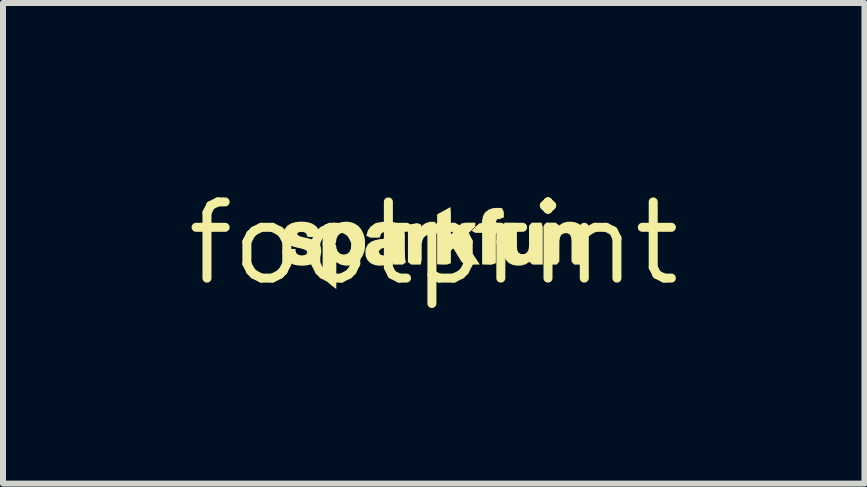
<source format=kicad_pcb>
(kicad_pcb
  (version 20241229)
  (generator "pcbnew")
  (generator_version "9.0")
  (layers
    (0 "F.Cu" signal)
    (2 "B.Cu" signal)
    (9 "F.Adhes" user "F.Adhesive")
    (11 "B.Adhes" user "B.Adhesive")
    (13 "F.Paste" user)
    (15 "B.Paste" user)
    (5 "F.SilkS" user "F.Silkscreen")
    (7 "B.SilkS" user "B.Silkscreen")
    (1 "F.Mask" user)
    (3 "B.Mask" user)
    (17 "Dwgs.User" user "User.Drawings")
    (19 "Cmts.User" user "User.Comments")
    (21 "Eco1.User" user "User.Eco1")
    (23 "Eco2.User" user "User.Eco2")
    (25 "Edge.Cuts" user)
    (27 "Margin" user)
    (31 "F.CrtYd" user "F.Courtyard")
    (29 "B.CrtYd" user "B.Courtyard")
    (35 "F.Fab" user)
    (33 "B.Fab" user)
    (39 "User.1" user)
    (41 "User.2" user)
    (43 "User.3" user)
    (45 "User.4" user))
  (footprint "footprint"
    (layer "F.Cu")
    (at 4.18 1.006)
    (property "Reference" "footprint" (at 0 0 0) (layer "F.SilkS") (effects (font (size 1.27 1.27) (thickness 0.15))))
    (fp_poly (pts (xy 0.028 -0.357) (xy 0.038 -0.274) (xy 0.038 -0.2) (xy 0.005 -0.143) (xy -0.072 -0.144) (xy -0.126 -0.13) (xy -0.167 -0.095) (xy -0.191 -0.044) (xy -0.201 0.015) (xy -0.201 0.277) (xy -0.216 0.355) (xy -0.376 0.355) (xy -0.43 0.314) (xy -0.43 -0.322) (xy -0.403 -0.314) (xy -0.273 -0.337) (xy -0.21 -0.311) (xy -0.21 -0.276) (xy -0.193 -0.296) (xy -0.133 -0.337) (xy -0.063 -0.359)) (stroke (width 0) (type solid)) (fill yes) (layer "F.SilkS"))
    (fp_poly (pts (xy 0.286 -0.505) (xy 0.286 -0.147) (xy 0.462 -0.331) (xy 0.534 -0.344) (xy 0.694 -0.344) (xy 0.694 -0.281) (xy 0.502 -0.094) (xy 0.494 -0.062) (xy 0.769 0.354) (xy 0.517 0.355) (xy 0.463 0.306) (xy 0.331 0.09) (xy 0.314 0.091) (xy 0.286 0.125) (xy 0.286 0.332) (xy 0.215 0.355) (xy 0.144 0.355) (xy 0.057 0.35) (xy 0.057 -0.477) (xy 0.066 -0.488) (xy 0.279 -0.604)) (stroke (width 0) (type solid)) (fill yes) (layer "F.SilkS"))
    (fp_poly (pts (xy -0.912 0.153) (xy -0.885 0.192) (xy -0.835 0.203) (xy -0.78 0.197) (xy -0.736 0.169) (xy -0.707 0.107) (xy -0.641 0.085) (xy -0.481 0.085) (xy -0.478 0.24) (xy -0.466 0.318) (xy -0.515 0.355) (xy -0.672 0.355) (xy -0.688 0.312) (xy -0.71 0.327) (xy -0.774 0.356) (xy -0.843 0.37) (xy -0.914 0.373) (xy -0.984 0.362) (xy -1.052 0.332) (xy -1.105 0.28) (xy -1.135 0.211) (xy -1.141 0.128) (xy -1.084 0.085) (xy -0.922 0.085)) (stroke (width 0) (type solid)) (fill yes) (layer "F.SilkS"))
    (fp_poly (pts (xy -1.385 -0.353) (xy -1.317 -0.329) (xy -1.257 -0.289) (xy -1.21 -0.235) (xy -1.177 -0.172) (xy -1.155 -0.106) (xy -1.143 -0.032) (xy -1.172 0.035) (xy -1.334 0.035) (xy -1.371 -0.021) (xy -1.385 -0.086) (xy -1.411 -0.136) (xy -1.454 -0.168) (xy -1.507 -0.177) (xy -1.559 -0.163) (xy -1.598 -0.126) (xy -1.621 -0.074) (xy -1.632 -0.001) (xy -1.689 0.035) (xy -1.852 0.035) (xy -1.852 -0.262) (xy -1.811 -0.317) (xy -1.646 -0.346) (xy -1.638 -0.294) (xy -1.595 -0.329) (xy -1.527 -0.355) (xy -1.455 -0.361)) (stroke (width 0) (type solid)) (fill yes) (layer "F.SilkS"))
    (fp_poly (pts (xy 1.14 -0.586) (xy 1.169 -0.52) (xy 1.169 -0.433) (xy 1.106 -0.407) (xy 1.053 -0.399) (xy 1.038 -0.364) (xy 1.047 -0.343) (xy 1.106 -0.343) (xy 1.159 -0.301) (xy 1.159 -0.208) (xy 1.098 -0.174) (xy 1.044 -0.174) (xy 1.036 -0.145) (xy 1.036 0.331) (xy 0.966 0.356) (xy 0.896 0.356) (xy 0.807 0.352) (xy 0.807 -0.174) (xy 0.694 -0.174) (xy 0.631 -0.209) (xy 0.754 -0.33) (xy 0.804 -0.34) (xy 0.808 -0.383) (xy 0.821 -0.453) (xy 0.858 -0.518) (xy 0.918 -0.563) (xy 0.987 -0.586) (xy 1.057 -0.591)) (stroke (width 0) (type solid)) (fill yes) (layer "F.SilkS"))
    (fp_poly (pts (xy -1.631 0.021) (xy -1.619 0.093) (xy -1.594 0.144) (xy -1.552 0.178) (xy -1.499 0.188) (xy -1.445 0.177) (xy -1.404 0.143) (xy -1.381 0.091) (xy -1.369 0.017) (xy -1.309 -0.015) (xy -1.145 -0.015) (xy -1.146 0.075) (xy -1.16 0.144) (xy -1.186 0.21) (xy -1.225 0.27) (xy -1.278 0.32) (xy -1.342 0.354) (xy -1.412 0.371) (xy -1.484 0.371) (xy -1.554 0.354) (xy -1.618 0.318) (xy -1.624 0.311) (xy -1.624 0.315) (xy -1.624 0.762) (xy -1.71 0.697) (xy -1.812 0.606) (xy -1.852 0.547) (xy -1.852 -0.015) (xy -1.688 -0.015)) (stroke (width 0) (type solid)) (fill yes) (layer "F.SilkS"))
    (fp_poly (pts (xy 2.367 -0.348) (xy 2.434 -0.316) (xy 2.485 -0.26) (xy 2.512 -0.192) (xy 2.523 -0.122) (xy 2.525 -0.054) (xy 2.525 0.282) (xy 2.505 0.355) (xy 2.342 0.355) (xy 2.297 0.305) (xy 2.297 -0.036) (xy 2.292 -0.097) (xy 2.271 -0.145) (xy 2.227 -0.169) (xy 2.174 -0.167) (xy 2.128 -0.143) (xy 2.104 -0.095) (xy 2.095 -0.035) (xy 2.094 0.304) (xy 2.05 0.355) (xy 1.887 0.355) (xy 1.866 0.282) (xy 1.866 -0.323) (xy 1.874 -0.344) (xy 2.033 -0.344) (xy 2.085 -0.302) (xy 2.085 -0.292) (xy 2.092 -0.299) (xy 2.154 -0.339) (xy 2.224 -0.359) (xy 2.296 -0.36)) (stroke (width 0) (type solid)) (fill yes) (layer "F.SilkS"))
    (fp_poly (pts (xy 1.387 -0.293) (xy 1.387 0.047) (xy 1.392 0.108) (xy 1.413 0.157) (xy 1.456 0.18) (xy 1.51 0.179) (xy 1.555 0.154) (xy 1.58 0.107) (xy 1.589 0.047) (xy 1.589 -0.292) (xy 1.634 -0.344) (xy 1.797 -0.344) (xy 1.818 -0.271) (xy 1.818 0.305) (xy 1.818 0.305) (xy 1.818 0.355) (xy 1.651 0.355) (xy 1.599 0.314) (xy 1.598 0.304) (xy 1.592 0.311) (xy 1.53 0.35) (xy 1.46 0.37) (xy 1.388 0.372) (xy 1.317 0.36) (xy 1.25 0.328) (xy 1.199 0.272) (xy 1.172 0.204) (xy 1.161 0.134) (xy 1.159 0.066) (xy 1.159 -0.27) (xy 1.179 -0.344) (xy 1.342 -0.344)) (stroke (width 0) (type solid)) (fill yes) (layer "F.SilkS"))
    (fp_poly (pts (xy -0.722 -0.358) (xy -0.653 -0.347) (xy -0.585 -0.323) (xy -0.524 -0.278) (xy -0.488 -0.211) (xy -0.481 -0.139) (xy -0.481 0.066) (xy -0.505 0.135) (xy -0.668 0.135) (xy -0.708 0.083) (xy -0.711 0.051) (xy -0.744 0.062) (xy -0.811 0.072) (xy -0.868 0.086) (xy -0.919 0.13) (xy -0.991 0.135) (xy -1.062 0.135) (xy -1.144 0.114) (xy -1.101 0.022) (xy -1.043 -0.027) (xy -0.976 -0.053) (xy -0.908 -0.067) (xy -0.778 -0.084) (xy -0.728 -0.101) (xy -0.711 -0.137) (xy -0.729 -0.176) (xy -0.776 -0.191) (xy -0.832 -0.189) (xy -0.875 -0.164) (xy -0.9 -0.094) (xy -1.055 -0.094) (xy -1.124 -0.126) (xy -1.098 -0.214) (xy -1.055 -0.275) (xy -0.996 -0.318) (xy -0.929 -0.344) (xy -0.86 -0.357) (xy -0.791 -0.361)) (stroke (width 0) (type solid)) (fill yes) (layer "F.SilkS"))
    (fp_poly (pts (xy -2.165 -0.36) (xy -2.095 -0.351) (xy -2.027 -0.329) (xy -1.965 -0.289) (xy -1.919 -0.231) (xy -1.89 -0.147) (xy -1.947 -0.104) (xy -2.022 -0.104) (xy -2.102 -0.107) (xy -2.131 -0.171) (xy -2.178 -0.19) (xy -2.234 -0.19) (xy -2.272 -0.172) (xy -2.272 -0.14) (xy -2.23 -0.116) (xy -2.039 -0.069) (xy -1.973 -0.041) (xy -1.914 0.005) (xy -1.879 0.073) (xy -1.875 0.148) (xy -1.892 0.22) (xy -1.932 0.283) (xy -1.991 0.328) (xy -2.057 0.355) (xy -2.126 0.369) (xy -2.196 0.373) (xy -2.265 0.369) (xy -2.334 0.355) (xy -2.4 0.328) (xy -2.459 0.284) (xy -2.502 0.223) (xy -2.526 0.141) (xy -2.473 0.094) (xy -2.303 0.094) (xy -2.305 0.117) (xy -2.29 0.166) (xy -2.247 0.195) (xy -2.192 0.203) (xy -2.139 0.193) (xy -2.108 0.162) (xy -2.115 0.125) (xy -2.16 0.101) (xy -2.22 0.084) (xy -2.285 0.07) (xy -2.351 0.052) (xy -2.417 0.025) (xy -2.476 -0.022) (xy -2.508 -0.093) (xy -2.507 -0.168) (xy -2.485 -0.239) (xy -2.436 -0.297) (xy -2.372 -0.334) (xy -2.304 -0.353) (xy -2.234 -0.361)) (stroke (width 0) (type solid)) (fill yes) (layer "F.SilkS")))
  (gr_rect
    (start -3 -3)
    (end 11.36 5.012)
    (stroke (width 0.1) (type default))
    (fill no)
    (layer "Edge.Cuts")))
</source>
